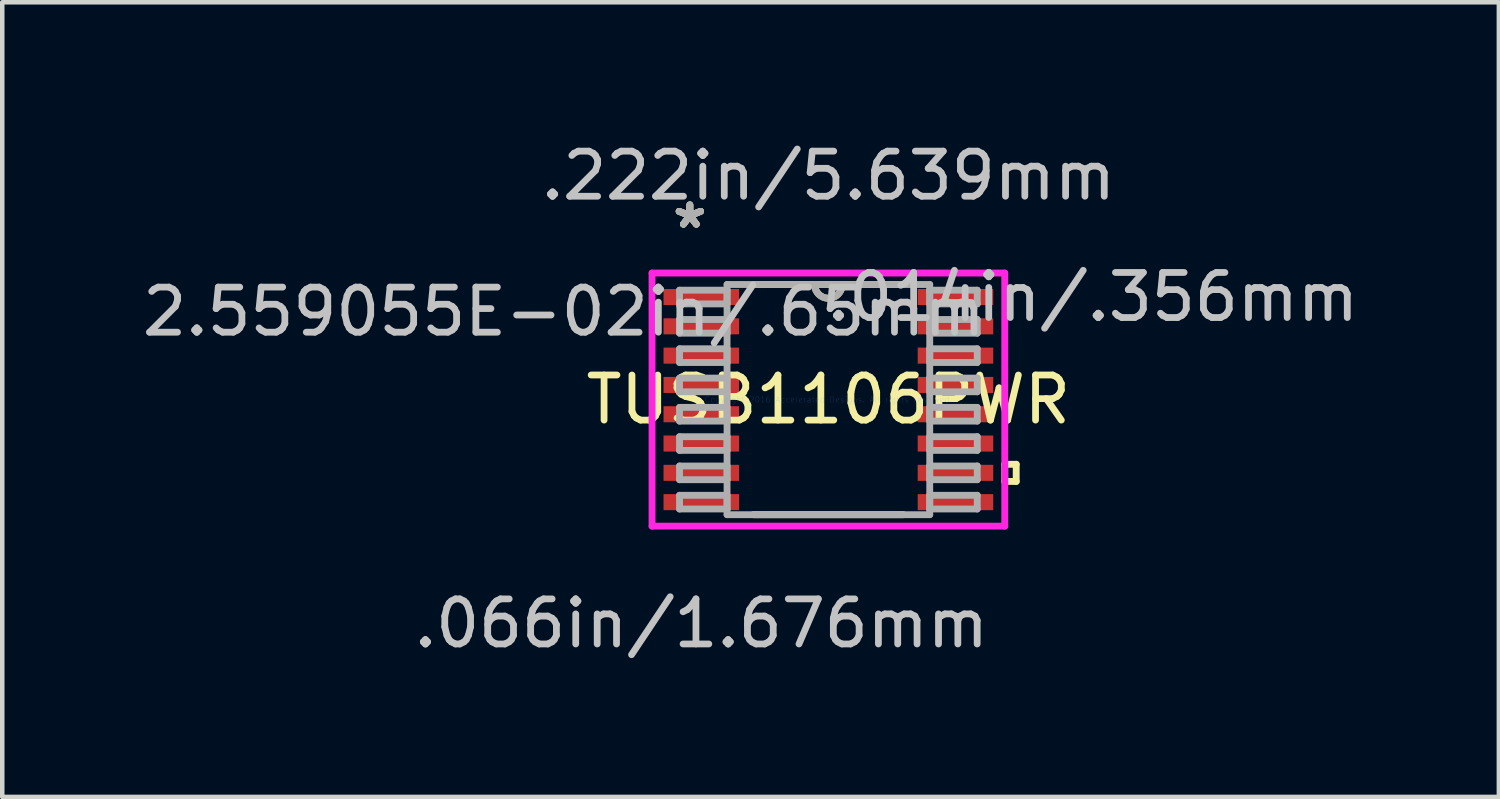
<source format=kicad_pcb>
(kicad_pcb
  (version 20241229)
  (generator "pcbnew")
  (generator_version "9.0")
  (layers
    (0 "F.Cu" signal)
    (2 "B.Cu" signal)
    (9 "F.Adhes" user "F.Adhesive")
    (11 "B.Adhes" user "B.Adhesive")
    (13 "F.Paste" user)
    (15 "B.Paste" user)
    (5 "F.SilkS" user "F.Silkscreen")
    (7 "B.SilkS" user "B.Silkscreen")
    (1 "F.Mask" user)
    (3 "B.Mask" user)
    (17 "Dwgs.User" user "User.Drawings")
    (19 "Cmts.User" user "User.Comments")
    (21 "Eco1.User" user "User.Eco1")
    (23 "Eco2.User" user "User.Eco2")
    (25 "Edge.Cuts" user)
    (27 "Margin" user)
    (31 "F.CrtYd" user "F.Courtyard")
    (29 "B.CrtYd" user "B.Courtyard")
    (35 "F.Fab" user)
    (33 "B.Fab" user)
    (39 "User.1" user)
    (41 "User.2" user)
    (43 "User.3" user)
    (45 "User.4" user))
  (footprint "TUSB1106PWR"
    (layer "F.Cu")
    (at 15.326 5.814)
    (property "Reference" "TUSB1106PWR" (at 0 0 0) (layer "F.SilkS") (effects (font (size 1 1) (thickness 0.15))))
    (attr through_hole)
    (fp_line (start -1.664 2.553) (end 1.664 2.553) (stroke (width 0.152) (type solid)) (layer "F.SilkS"))
    (fp_line (start 1.664 -2.553) (end -1.664 -2.553) (stroke (width 0.152) (type solid)) (layer "F.SilkS"))
    (fp_line (start 3.912 1.435) (end 4.166 1.435) (stroke (width 0.152) (type solid)) (layer "F.SilkS"))
    (fp_line (start 3.912 1.816) (end 3.912 1.435) (stroke (width 0.152) (type solid)) (layer "F.SilkS"))
    (fp_line (start 4.166 1.435) (end 4.166 1.816) (stroke (width 0.152) (type solid)) (layer "F.SilkS"))
    (fp_line (start 4.166 1.816) (end 3.912 1.816) (stroke (width 0.152) (type solid)) (layer "F.SilkS"))
    (fp_arc (start 0.3048 -2.5527) (mid 0 -2.2479) (end -0.3048 -2.5527) (stroke (width 0.1524) (type solid)) (layer "F.SilkS"))
    (fp_line (start -3.912 -2.807) (end 3.912 -2.807) (stroke (width 0.152) (type solid)) (layer "F.CrtYd"))
    (fp_line (start -3.912 2.807) (end -3.912 -2.807) (stroke (width 0.152) (type solid)) (layer "F.CrtYd"))
    (fp_line (start 3.912 -2.807) (end 3.912 2.807) (stroke (width 0.152) (type solid)) (layer "F.CrtYd"))
    (fp_line (start 3.912 2.807) (end -3.912 2.807) (stroke (width 0.152) (type solid)) (layer "F.CrtYd"))
    (fp_line (start -3.302 -2.427) (end -3.302 -2.123) (stroke (width 0.152) (type solid)) (layer "F.Fab"))
    (fp_line (start -3.302 -2.123) (end -2.248 -2.123) (stroke (width 0.152) (type solid)) (layer "F.Fab"))
    (fp_line (start -3.302 -1.777) (end -3.302 -1.473) (stroke (width 0.152) (type solid)) (layer "F.Fab"))
    (fp_line (start -3.302 -1.473) (end -2.248 -1.473) (stroke (width 0.152) (type solid)) (layer "F.Fab"))
    (fp_line (start -3.302 -1.127) (end -3.302 -0.823) (stroke (width 0.152) (type solid)) (layer "F.Fab"))
    (fp_line (start -3.302 -0.823) (end -2.248 -0.823) (stroke (width 0.152) (type solid)) (layer "F.Fab"))
    (fp_line (start -3.302 -0.477) (end -3.302 -0.173) (stroke (width 0.152) (type solid)) (layer "F.Fab"))
    (fp_line (start -3.302 -0.173) (end -2.248 -0.173) (stroke (width 0.152) (type solid)) (layer "F.Fab"))
    (fp_line (start -3.302 0.173) (end -3.302 0.477) (stroke (width 0.152) (type solid)) (layer "F.Fab"))
    (fp_line (start -3.302 0.477) (end -2.248 0.477) (stroke (width 0.152) (type solid)) (layer "F.Fab"))
    (fp_line (start -3.302 0.823) (end -3.302 1.127) (stroke (width 0.152) (type solid)) (layer "F.Fab"))
    (fp_line (start -3.302 1.127) (end -2.248 1.127) (stroke (width 0.152) (type solid)) (layer "F.Fab"))
    (fp_line (start -3.302 1.473) (end -3.302 1.777) (stroke (width 0.152) (type solid)) (layer "F.Fab"))
    (fp_line (start -3.302 1.777) (end -2.248 1.777) (stroke (width 0.152) (type solid)) (layer "F.Fab"))
    (fp_line (start -3.302 2.123) (end -3.302 2.427) (stroke (width 0.152) (type solid)) (layer "F.Fab"))
    (fp_line (start -3.302 2.427) (end -2.248 2.427) (stroke (width 0.152) (type solid)) (layer "F.Fab"))
    (fp_line (start -2.248 -2.553) (end -2.248 2.553) (stroke (width 0.152) (type solid)) (layer "F.Fab"))
    (fp_line (start -2.248 -2.427) (end -3.302 -2.427) (stroke (width 0.152) (type solid)) (layer "F.Fab"))
    (fp_line (start -2.248 -2.123) (end -2.248 -2.427) (stroke (width 0.152) (type solid)) (layer "F.Fab"))
    (fp_line (start -2.248 -1.777) (end -3.302 -1.777) (stroke (width 0.152) (type solid)) (layer "F.Fab"))
    (fp_line (start -2.248 -1.473) (end -2.248 -1.777) (stroke (width 0.152) (type solid)) (layer "F.Fab"))
    (fp_line (start -2.248 -1.127) (end -3.302 -1.127) (stroke (width 0.152) (type solid)) (layer "F.Fab"))
    (fp_line (start -2.248 -0.823) (end -2.248 -1.127) (stroke (width 0.152) (type solid)) (layer "F.Fab"))
    (fp_line (start -2.248 -0.477) (end -3.302 -0.477) (stroke (width 0.152) (type solid)) (layer "F.Fab"))
    (fp_line (start -2.248 -0.173) (end -2.248 -0.477) (stroke (width 0.152) (type solid)) (layer "F.Fab"))
    (fp_line (start -2.248 0.173) (end -3.302 0.173) (stroke (width 0.152) (type solid)) (layer "F.Fab"))
    (fp_line (start -2.248 0.477) (end -2.248 0.173) (stroke (width 0.152) (type solid)) (layer "F.Fab"))
    (fp_line (start -2.248 0.823) (end -3.302 0.823) (stroke (width 0.152) (type solid)) (layer "F.Fab"))
    (fp_line (start -2.248 1.127) (end -2.248 0.823) (stroke (width 0.152) (type solid)) (layer "F.Fab"))
    (fp_line (start -2.248 1.473) (end -3.302 1.473) (stroke (width 0.152) (type solid)) (layer "F.Fab"))
    (fp_line (start -2.248 1.777) (end -2.248 1.473) (stroke (width 0.152) (type solid)) (layer "F.Fab"))
    (fp_line (start -2.248 2.123) (end -3.302 2.123) (stroke (width 0.152) (type solid)) (layer "F.Fab"))
    (fp_line (start -2.248 2.427) (end -2.248 2.123) (stroke (width 0.152) (type solid)) (layer "F.Fab"))
    (fp_line (start -2.248 2.553) (end 2.248 2.553) (stroke (width 0.152) (type solid)) (layer "F.Fab"))
    (fp_line (start 2.248 -2.553) (end -2.248 -2.553) (stroke (width 0.152) (type solid)) (layer "F.Fab"))
    (fp_line (start 2.248 -2.427) (end 2.248 -2.123) (stroke (width 0.152) (type solid)) (layer "F.Fab"))
    (fp_line (start 2.248 -2.123) (end 3.302 -2.123) (stroke (width 0.152) (type solid)) (layer "F.Fab"))
    (fp_line (start 2.248 -1.777) (end 2.248 -1.473) (stroke (width 0.152) (type solid)) (layer "F.Fab"))
    (fp_line (start 2.248 -1.473) (end 3.302 -1.473) (stroke (width 0.152) (type solid)) (layer "F.Fab"))
    (fp_line (start 2.248 -1.127) (end 2.248 -0.823) (stroke (width 0.152) (type solid)) (layer "F.Fab"))
    (fp_line (start 2.248 -0.823) (end 3.302 -0.823) (stroke (width 0.152) (type solid)) (layer "F.Fab"))
    (fp_line (start 2.248 -0.477) (end 2.248 -0.173) (stroke (width 0.152) (type solid)) (layer "F.Fab"))
    (fp_line (start 2.248 -0.173) (end 3.302 -0.173) (stroke (width 0.152) (type solid)) (layer "F.Fab"))
    (fp_line (start 2.248 0.173) (end 2.248 0.477) (stroke (width 0.152) (type solid)) (layer "F.Fab"))
    (fp_line (start 2.248 0.477) (end 3.302 0.477) (stroke (width 0.152) (type solid)) (layer "F.Fab"))
    (fp_line (start 2.248 0.823) (end 2.248 1.127) (stroke (width 0.152) (type solid)) (layer "F.Fab"))
    (fp_line (start 2.248 1.127) (end 3.302 1.127) (stroke (width 0.152) (type solid)) (layer "F.Fab"))
    (fp_line (start 2.248 1.473) (end 2.248 1.777) (stroke (width 0.152) (type solid)) (layer "F.Fab"))
    (fp_line (start 2.248 1.777) (end 3.302 1.777) (stroke (width 0.152) (type solid)) (layer "F.Fab"))
    (fp_line (start 2.248 2.123) (end 2.248 2.427) (stroke (width 0.152) (type solid)) (layer "F.Fab"))
    (fp_line (start 2.248 2.427) (end 3.302 2.427) (stroke (width 0.152) (type solid)) (layer "F.Fab"))
    (fp_line (start 2.248 2.553) (end 2.248 -2.553) (stroke (width 0.152) (type solid)) (layer "F.Fab"))
    (fp_line (start 3.302 -2.427) (end 2.248 -2.427) (stroke (width 0.152) (type solid)) (layer "F.Fab"))
    (fp_line (start 3.302 -2.123) (end 3.302 -2.427) (stroke (width 0.152) (type solid)) (layer "F.Fab"))
    (fp_line (start 3.302 -1.777) (end 2.248 -1.777) (stroke (width 0.152) (type solid)) (layer "F.Fab"))
    (fp_line (start 3.302 -1.473) (end 3.302 -1.777) (stroke (width 0.152) (type solid)) (layer "F.Fab"))
    (fp_line (start 3.302 -1.127) (end 2.248 -1.127) (stroke (width 0.152) (type solid)) (layer "F.Fab"))
    (fp_line (start 3.302 -0.823) (end 3.302 -1.127) (stroke (width 0.152) (type solid)) (layer "F.Fab"))
    (fp_line (start 3.302 -0.477) (end 2.248 -0.477) (stroke (width 0.152) (type solid)) (layer "F.Fab"))
    (fp_line (start 3.302 -0.173) (end 3.302 -0.477) (stroke (width 0.152) (type solid)) (layer "F.Fab"))
    (fp_line (start 3.302 0.173) (end 2.248 0.173) (stroke (width 0.152) (type solid)) (layer "F.Fab"))
    (fp_line (start 3.302 0.477) (end 3.302 0.173) (stroke (width 0.152) (type solid)) (layer "F.Fab"))
    (fp_line (start 3.302 0.823) (end 2.248 0.823) (stroke (width 0.152) (type solid)) (layer "F.Fab"))
    (fp_line (start 3.302 1.127) (end 3.302 0.823) (stroke (width 0.152) (type solid)) (layer "F.Fab"))
    (fp_line (start 3.302 1.473) (end 2.248 1.473) (stroke (width 0.152) (type solid)) (layer "F.Fab"))
    (fp_line (start 3.302 1.777) (end 3.302 1.473) (stroke (width 0.152) (type solid)) (layer "F.Fab"))
    (fp_line (start 3.302 2.123) (end 2.248 2.123) (stroke (width 0.152) (type solid)) (layer "F.Fab"))
    (fp_line (start 3.302 2.427) (end 3.302 2.123) (stroke (width 0.152) (type solid)) (layer "F.Fab"))
    (fp_arc (start 0.3048 -2.5527) (mid 0 -2.2479) (end -0.3048 -2.5527) (stroke (width 0.1524) (type solid)) (layer "F.Fab"))
    (fp_text user "*" (at -3.073 -3.774 0) (layer "F.SilkS") (effects (font (size 1 1) (thickness 0.15))))
    (fp_text user "*" (at -3.073 -3.774 0) (layer "F.SilkS") (effects (font (size 1 1) (thickness 0.15))))
    (fp_text user ".014in/.356mm" (at 5.867 -2.275 0) (layer "Dwgs.User") (effects (font (size 1 1) (thickness 0.15))))
    (fp_text user "2.559055E-02in/.65mm" (at -5.867 -1.95 0) (layer "Dwgs.User") (effects (font (size 1 1) (thickness 0.15))))
    (fp_text user ".066in/1.676mm" (at -2.819 4.966 0) (layer "Dwgs.User") (effects (font (size 1 1) (thickness 0.15))))
    (fp_text user ".222in/5.639mm" (at 0 -4.966 0) (layer "Dwgs.User") (effects (font (size 1 1) (thickness 0.15))))
    (fp_text user "Copyright 2016 Accelerated Designs. All rights reserved." (at 0 0 0) (layer "Cmts.User") (effects (font (size 0.127 0.127) (thickness 0.002))))
    (fp_text user "*" (at -3.073 -3.774 0) (layer "F.Fab") (effects (font (size 1 1) (thickness 0.15))))
    (fp_text user "*" (at -3.073 -3.774 0) (layer "F.Fab") (effects (font (size 1 1) (thickness 0.15))))
    (pad "1" smd rect (at -2.819 -2.275) (size 1.676 0.356) (layers "F.Cu" "F.Mask" "F.Paste"))
    (pad "2" smd rect (at -2.819 -1.625) (size 1.676 0.356) (layers "F.Cu" "F.Mask" "F.Paste"))
    (pad "3" smd rect (at -2.819 -0.975) (size 1.676 0.356) (layers "F.Cu" "F.Mask" "F.Paste"))
    (pad "4" smd rect (at -2.819 -0.325) (size 1.676 0.356) (layers "F.Cu" "F.Mask" "F.Paste"))
    (pad "5" smd rect (at -2.819 0.325) (size 1.676 0.356) (layers "F.Cu" "F.Mask" "F.Paste"))
    (pad "6" smd rect (at -2.819 0.975) (size 1.676 0.356) (layers "F.Cu" "F.Mask" "F.Paste"))
    (pad "7" smd rect (at -2.819 1.625) (size 1.676 0.356) (layers "F.Cu" "F.Mask" "F.Paste"))
    (pad "8" smd rect (at -2.819 2.275) (size 1.676 0.356) (layers "F.Cu" "F.Mask" "F.Paste"))
    (pad "9" smd rect (at 2.819 2.275) (size 1.676 0.356) (layers "F.Cu" "F.Mask" "F.Paste"))
    (pad "10" smd rect (at 2.819 1.625) (size 1.676 0.356) (layers "F.Cu" "F.Mask" "F.Paste"))
    (pad "11" smd rect (at 2.819 0.975) (size 1.676 0.356) (layers "F.Cu" "F.Mask" "F.Paste"))
    (pad "12" smd rect (at 2.819 0.325) (size 1.676 0.356) (layers "F.Cu" "F.Mask" "F.Paste"))
    (pad "13" smd rect (at 2.819 -0.325) (size 1.676 0.356) (layers "F.Cu" "F.Mask" "F.Paste"))
    (pad "14" smd rect (at 2.819 -0.975) (size 1.676 0.356) (layers "F.Cu" "F.Mask" "F.Paste"))
    (pad "15" smd rect (at 2.819 -1.625) (size 1.676 0.356) (layers "F.Cu" "F.Mask" "F.Paste"))
    (pad "16" smd rect (at 2.819 -2.275) (size 1.676 0.356) (layers "F.Cu" "F.Mask" "F.Paste")))
  (gr_rect
    (start -3 -3)
    (end 30.199 14.628)
    (stroke (width 0.1) (type default))
    (fill no)
    (layer "Edge.Cuts")))
</source>
